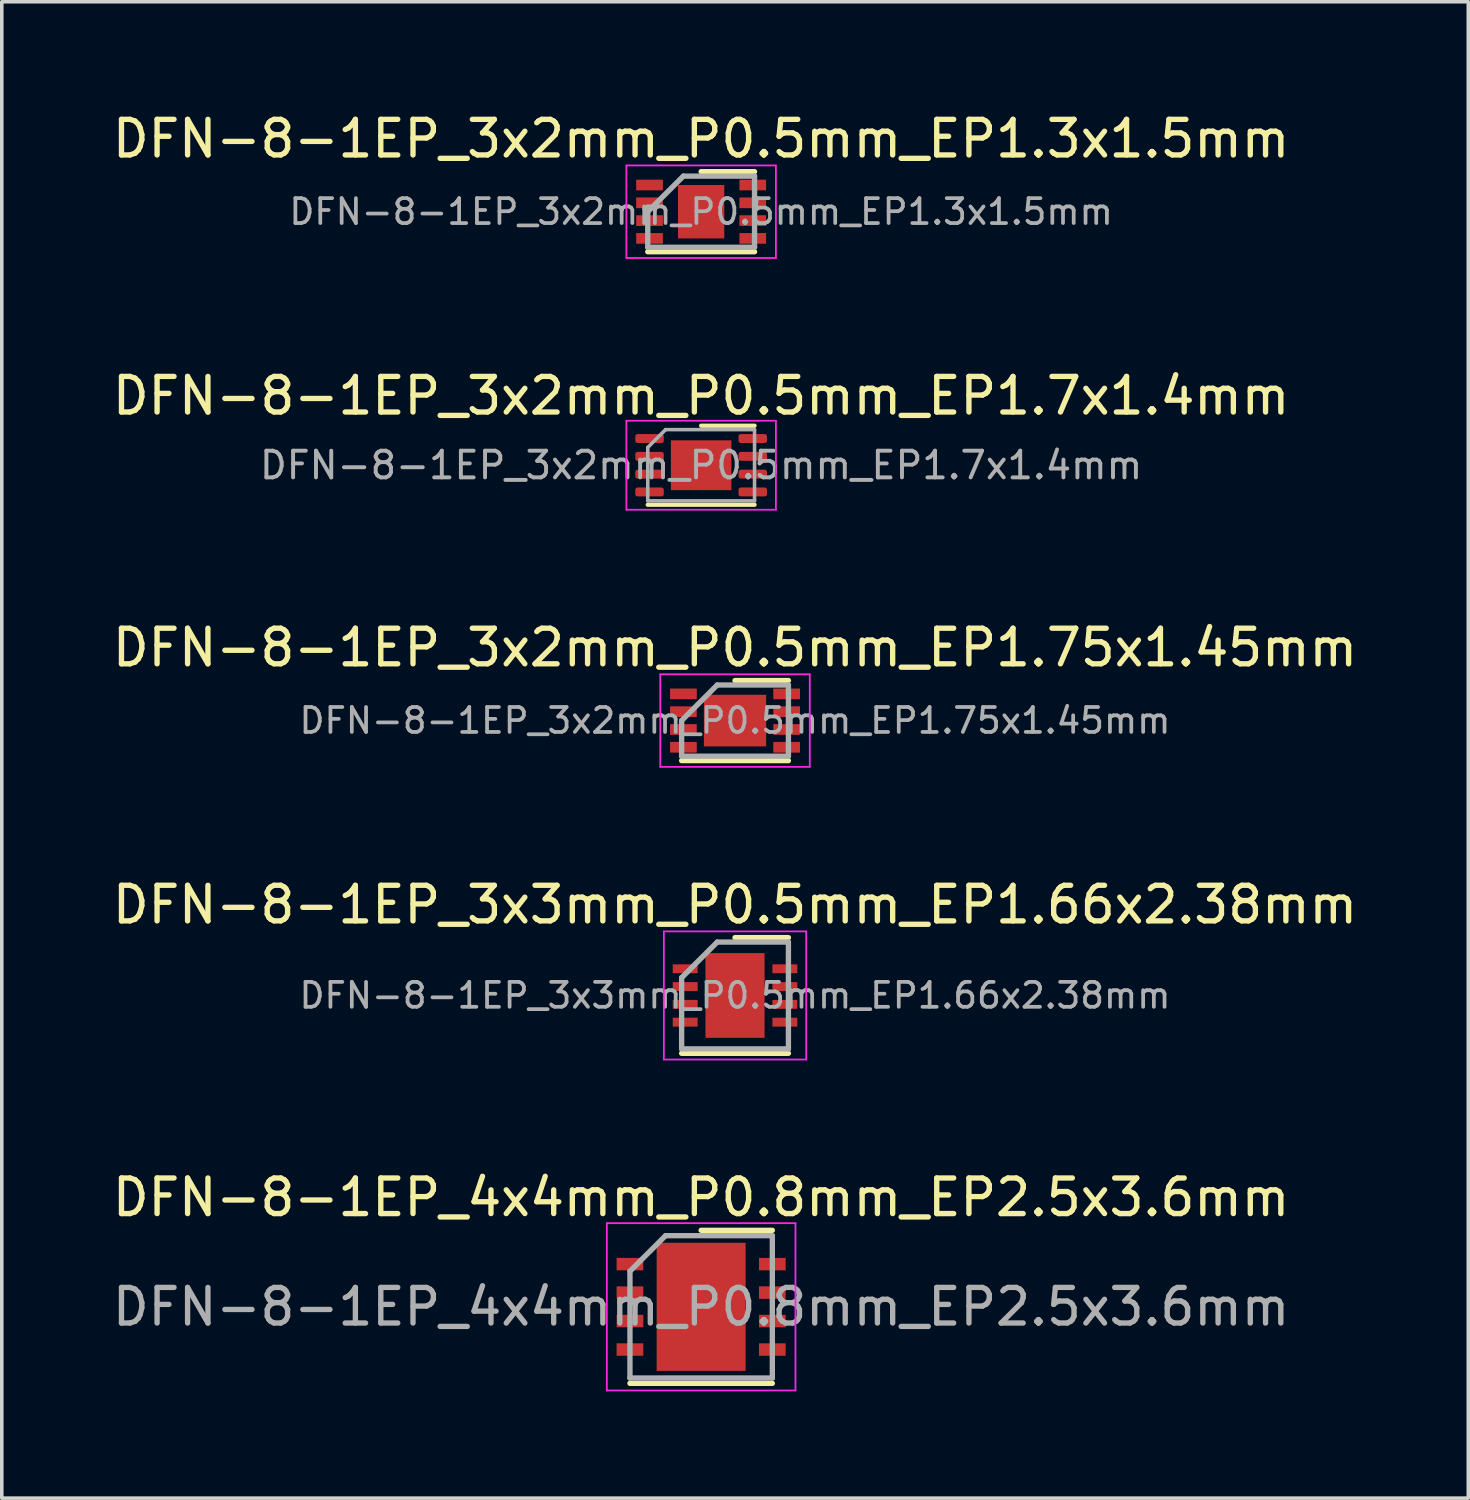
<source format=kicad_pcb>
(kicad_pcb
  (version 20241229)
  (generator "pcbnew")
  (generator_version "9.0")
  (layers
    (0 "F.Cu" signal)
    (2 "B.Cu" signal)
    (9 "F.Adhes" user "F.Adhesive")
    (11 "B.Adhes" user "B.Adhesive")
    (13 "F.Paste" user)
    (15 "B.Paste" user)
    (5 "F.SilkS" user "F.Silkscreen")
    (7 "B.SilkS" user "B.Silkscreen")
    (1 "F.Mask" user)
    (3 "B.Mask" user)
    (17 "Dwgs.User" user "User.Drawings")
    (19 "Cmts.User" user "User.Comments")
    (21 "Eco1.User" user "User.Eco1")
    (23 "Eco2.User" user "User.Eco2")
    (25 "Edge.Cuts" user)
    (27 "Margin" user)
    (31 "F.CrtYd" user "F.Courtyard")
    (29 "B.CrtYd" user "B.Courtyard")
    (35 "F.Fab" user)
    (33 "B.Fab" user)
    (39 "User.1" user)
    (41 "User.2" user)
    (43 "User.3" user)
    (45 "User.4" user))
  (footprint "DFN-8-1EP_4x4mm_P0.8mm_EP2.5x3.6mm"
    (layer "F.Cu")
    (at 16.649 33.666)
    (property "Reference" "DFN-8-1EP_4x4mm_P0.8mm_EP2.5x3.6mm" (at 0 -3.075 0) (layer "F.SilkS") (effects (font (size 1 1) (thickness 0.15))))
    (attr smd)
    (fp_line (start -2 2.15) (end 2 2.15) (stroke (width 0.15) (type solid)) (layer "F.SilkS"))
    (fp_line (start 0 -2.15) (end 2 -2.15) (stroke (width 0.15) (type solid)) (layer "F.SilkS"))
    (fp_line (start -2.65 -2.35) (end -2.65 2.35) (stroke (width 0.05) (type solid)) (layer "F.CrtYd"))
    (fp_line (start -2.65 -2.35) (end 2.65 -2.35) (stroke (width 0.05) (type solid)) (layer "F.CrtYd"))
    (fp_line (start -2.65 2.35) (end 2.65 2.35) (stroke (width 0.05) (type solid)) (layer "F.CrtYd"))
    (fp_line (start 2.65 -2.35) (end 2.65 2.35) (stroke (width 0.05) (type solid)) (layer "F.CrtYd"))
    (fp_line (start -2 -1) (end -1 -2) (stroke (width 0.15) (type solid)) (layer "F.Fab"))
    (fp_line (start -2 2) (end -2 -1) (stroke (width 0.15) (type solid)) (layer "F.Fab"))
    (fp_line (start -1 -2) (end 2 -2) (stroke (width 0.15) (type solid)) (layer "F.Fab"))
    (fp_line (start 2 -2) (end 2 2) (stroke (width 0.15) (type solid)) (layer "F.Fab"))
    (fp_line (start 2 2) (end -2 2) (stroke (width 0.15) (type solid)) (layer "F.Fab"))
    (fp_text user "${REFERENCE}" (at 0 0 0) (layer "F.Fab") (effects (font (size 1 1) (thickness 0.15))))
    (pad "" smd rect (at -0.625 -1.2) (size 1 1) (layers "F.Paste"))
    (pad "" smd rect (at -0.625 0) (size 1 1) (layers "F.Paste"))
    (pad "" smd rect (at -0.625 1.2) (size 1 1) (layers "F.Paste"))
    (pad "" smd rect (at 0.625 -1.2) (size 1 1) (layers "F.Paste"))
    (pad "" smd rect (at 0.625 0) (size 1 1) (layers "F.Paste"))
    (pad "" smd rect (at 0.625 1.2) (size 1 1) (layers "F.Paste"))
    (pad "1" smd rect (at -2 -1.2) (size 0.75 0.35) (layers "F.Cu" "F.Mask" "F.Paste"))
    (pad "2" smd rect (at -2 -0.4) (size 0.75 0.35) (layers "F.Cu" "F.Mask" "F.Paste"))
    (pad "3" smd rect (at -2 0.4) (size 0.75 0.35) (layers "F.Cu" "F.Mask" "F.Paste"))
    (pad "4" smd rect (at -2 1.2) (size 0.75 0.35) (layers "F.Cu" "F.Mask" "F.Paste"))
    (pad "5" smd rect (at 2 1.2) (size 0.75 0.35) (layers "F.Cu" "F.Mask" "F.Paste"))
    (pad "6" smd rect (at 2 0.4) (size 0.75 0.35) (layers "F.Cu" "F.Mask" "F.Paste"))
    (pad "7" smd rect (at 2 -0.4) (size 0.75 0.35) (layers "F.Cu" "F.Mask" "F.Paste"))
    (pad "8" smd rect (at 2 -1.2) (size 0.75 0.35) (layers "F.Cu" "F.Mask" "F.Paste"))
    (pad "9" smd rect (at 0 0) (size 2.5 3.6) (layers "F.Cu" "F.Mask")))
  (footprint "DFN-8-1EP_3x2mm_P0.5mm_EP1.75x1.45mm"
    (layer "F.Cu")
    (at 17.601 17.195)
    (property "Reference" "DFN-8-1EP_3x2mm_P0.5mm_EP1.75x1.45mm" (at 0 -2.05 0) (layer "F.SilkS") (effects (font (size 1 1) (thickness 0.15))))
    (attr smd)
    (fp_line (start -1.5 1.125) (end 1.5 1.125) (stroke (width 0.15) (type solid)) (layer "F.SilkS"))
    (fp_line (start 0 -1.125) (end 1.5 -1.125) (stroke (width 0.15) (type solid)) (layer "F.SilkS"))
    (fp_line (start -2.1 -1.3) (end -2.1 1.3) (stroke (width 0.05) (type solid)) (layer "F.CrtYd"))
    (fp_line (start -2.1 -1.3) (end 2.1 -1.3) (stroke (width 0.05) (type solid)) (layer "F.CrtYd"))
    (fp_line (start -2.1 1.3) (end 2.1 1.3) (stroke (width 0.05) (type solid)) (layer "F.CrtYd"))
    (fp_line (start 2.1 -1.3) (end 2.1 1.3) (stroke (width 0.05) (type solid)) (layer "F.CrtYd"))
    (fp_line (start -1.5 0) (end -0.5 -1) (stroke (width 0.15) (type solid)) (layer "F.Fab"))
    (fp_line (start -1.5 1) (end -1.5 0) (stroke (width 0.15) (type solid)) (layer "F.Fab"))
    (fp_line (start -0.5 -1) (end 1.5 -1) (stroke (width 0.15) (type solid)) (layer "F.Fab"))
    (fp_line (start 1.5 -1) (end 1.5 1) (stroke (width 0.15) (type solid)) (layer "F.Fab"))
    (fp_line (start 1.5 1) (end -1.5 1) (stroke (width 0.15) (type solid)) (layer "F.Fab"))
    (fp_text user "${REFERENCE}" (at 0 0 0) (layer "F.Fab") (effects (font (size 0.7 0.7) (thickness 0.105))))
    (pad "" smd rect (at -0.438 -0.362) (size 0.71 0.58) (layers "F.Paste"))
    (pad "" smd rect (at -0.438 0.362) (size 0.71 0.58) (layers "F.Paste"))
    (pad "" smd rect (at 0.438 -0.362) (size 0.71 0.58) (layers "F.Paste"))
    (pad "" smd rect (at 0.438 0.362) (size 0.71 0.58) (layers "F.Paste"))
    (pad "1" smd rect (at -1.45 -0.75) (size 0.75 0.3) (layers "F.Cu" "F.Mask" "F.Paste"))
    (pad "2" smd rect (at -1.45 -0.25) (size 0.75 0.3) (layers "F.Cu" "F.Mask" "F.Paste"))
    (pad "3" smd rect (at -1.45 0.25) (size 0.75 0.3) (layers "F.Cu" "F.Mask" "F.Paste"))
    (pad "4" smd rect (at -1.45 0.75) (size 0.75 0.3) (layers "F.Cu" "F.Mask" "F.Paste"))
    (pad "5" smd rect (at 1.45 0.75) (size 0.75 0.3) (layers "F.Cu" "F.Mask" "F.Paste"))
    (pad "6" smd rect (at 1.45 0.25) (size 0.75 0.3) (layers "F.Cu" "F.Mask" "F.Paste"))
    (pad "7" smd rect (at 1.45 -0.25) (size 0.75 0.3) (layers "F.Cu" "F.Mask" "F.Paste"))
    (pad "8" smd rect (at 1.45 -0.75) (size 0.75 0.3) (layers "F.Cu" "F.Mask" "F.Paste"))
    (pad "9" smd rect (at 0 0) (size 1.75 1.45) (layers "F.Cu" "F.Mask")))
  (footprint "DFN-8-1EP_3x2mm_P0.5mm_EP1.3x1.5mm"
    (layer "F.Cu")
    (at 16.649 2.898)
    (property "Reference" "DFN-8-1EP_3x2mm_P0.5mm_EP1.3x1.5mm" (at 0 -2.05 0) (layer "F.SilkS") (effects (font (size 1 1) (thickness 0.15))))
    (attr smd)
    (fp_line (start -1.5 1.125) (end 1.5 1.125) (stroke (width 0.15) (type solid)) (layer "F.SilkS"))
    (fp_line (start 0 -1.125) (end 1.5 -1.125) (stroke (width 0.15) (type solid)) (layer "F.SilkS"))
    (fp_line (start -2.1 -1.3) (end -2.1 1.3) (stroke (width 0.05) (type solid)) (layer "F.CrtYd"))
    (fp_line (start -2.1 -1.3) (end 2.1 -1.3) (stroke (width 0.05) (type solid)) (layer "F.CrtYd"))
    (fp_line (start -2.1 1.3) (end 2.1 1.3) (stroke (width 0.05) (type solid)) (layer "F.CrtYd"))
    (fp_line (start 2.1 -1.3) (end 2.1 1.3) (stroke (width 0.05) (type solid)) (layer "F.CrtYd"))
    (fp_line (start -1.5 0) (end -0.5 -1) (stroke (width 0.15) (type solid)) (layer "F.Fab"))
    (fp_line (start -1.5 1) (end -1.5 0) (stroke (width 0.15) (type solid)) (layer "F.Fab"))
    (fp_line (start -0.5 -1) (end 1.5 -1) (stroke (width 0.15) (type solid)) (layer "F.Fab"))
    (fp_line (start 1.5 -1) (end 1.5 1) (stroke (width 0.15) (type solid)) (layer "F.Fab"))
    (fp_line (start 1.5 1) (end -1.5 1) (stroke (width 0.15) (type solid)) (layer "F.Fab"))
    (fp_text user "${REFERENCE}" (at 0 0 0) (layer "F.Fab") (effects (font (size 0.7 0.7) (thickness 0.105))))
    (pad "" smd rect (at -0.325 -0.375) (size 0.5 0.6) (layers "F.Paste"))
    (pad "" smd rect (at -0.325 0.375) (size 0.5 0.6) (layers "F.Paste"))
    (pad "" smd rect (at 0.325 -0.375) (size 0.5 0.6) (layers "F.Paste"))
    (pad "" smd rect (at 0.325 0.375) (size 0.5 0.6) (layers "F.Paste"))
    (pad "1" smd rect (at -1.45 -0.75) (size 0.75 0.3) (layers "F.Cu" "F.Mask" "F.Paste"))
    (pad "2" smd rect (at -1.45 -0.25) (size 0.75 0.3) (layers "F.Cu" "F.Mask" "F.Paste"))
    (pad "3" smd rect (at -1.45 0.25) (size 0.75 0.3) (layers "F.Cu" "F.Mask" "F.Paste"))
    (pad "4" smd rect (at -1.45 0.75) (size 0.75 0.3) (layers "F.Cu" "F.Mask" "F.Paste"))
    (pad "5" smd rect (at 1.45 0.75) (size 0.75 0.3) (layers "F.Cu" "F.Mask" "F.Paste"))
    (pad "6" smd rect (at 1.45 0.25) (size 0.75 0.3) (layers "F.Cu" "F.Mask" "F.Paste"))
    (pad "7" smd rect (at 1.45 -0.25) (size 0.75 0.3) (layers "F.Cu" "F.Mask" "F.Paste"))
    (pad "8" smd rect (at 1.45 -0.75) (size 0.75 0.3) (layers "F.Cu" "F.Mask" "F.Paste"))
    (pad "9" smd rect (at 0 0) (size 1.3 1.5) (layers "F.Cu" "F.Mask")))
  (footprint "DFN-8-1EP_3x2mm_P0.5mm_EP1.7x1.4mm"
    (layer "F.Cu")
    (at 16.649 10.021)
    (property "Reference" "DFN-8-1EP_3x2mm_P0.5mm_EP1.7x1.4mm" (at 0 -1.95 0) (layer "F.SilkS") (effects (font (size 1 1) (thickness 0.15))))
    (attr smd)
    (fp_line (start -1.5 1.11) (end 1.5 1.11) (stroke (width 0.12) (type solid)) (layer "F.SilkS"))
    (fp_line (start 0 -1.11) (end 1.5 -1.11) (stroke (width 0.12) (type solid)) (layer "F.SilkS"))
    (fp_line (start -2.1 -1.25) (end -2.1 1.25) (stroke (width 0.05) (type solid)) (layer "F.CrtYd"))
    (fp_line (start -2.1 1.25) (end 2.1 1.25) (stroke (width 0.05) (type solid)) (layer "F.CrtYd"))
    (fp_line (start 2.1 -1.25) (end -2.1 -1.25) (stroke (width 0.05) (type solid)) (layer "F.CrtYd"))
    (fp_line (start 2.1 1.25) (end 2.1 -1.25) (stroke (width 0.05) (type solid)) (layer "F.CrtYd"))
    (fp_line (start -1.5 -0.5) (end -1 -1) (stroke (width 0.1) (type solid)) (layer "F.Fab"))
    (fp_line (start -1.5 1) (end -1.5 -0.5) (stroke (width 0.1) (type solid)) (layer "F.Fab"))
    (fp_line (start -1 -1) (end 1.5 -1) (stroke (width 0.1) (type solid)) (layer "F.Fab"))
    (fp_line (start 1.5 -1) (end 1.5 1) (stroke (width 0.1) (type solid)) (layer "F.Fab"))
    (fp_line (start 1.5 1) (end -1.5 1) (stroke (width 0.1) (type solid)) (layer "F.Fab"))
    (fp_text user "${REFERENCE}" (at 0 0 0) (layer "F.Fab") (effects (font (size 0.75 0.75) (thickness 0.11))))
    (pad "" smd roundrect (at -0.425 -0.35) (size 0.69 0.56) (layers "F.Paste") (roundrect_rratio 0.25))
    (pad "" smd roundrect (at -0.425 0.35) (size 0.69 0.56) (layers "F.Paste") (roundrect_rratio 0.25))
    (pad "" smd roundrect (at 0.425 -0.35) (size 0.69 0.56) (layers "F.Paste") (roundrect_rratio 0.25))
    (pad "" smd roundrect (at 0.425 0.35) (size 0.69 0.56) (layers "F.Paste") (roundrect_rratio 0.25))
    (pad "1" smd roundrect (at -1.45 -0.75) (size 0.8 0.25) (layers "F.Cu" "F.Mask" "F.Paste") (roundrect_rratio 0.25))
    (pad "2" smd roundrect (at -1.45 -0.25) (size 0.8 0.25) (layers "F.Cu" "F.Mask" "F.Paste") (roundrect_rratio 0.25))
    (pad "3" smd roundrect (at -1.45 0.25) (size 0.8 0.25) (layers "F.Cu" "F.Mask" "F.Paste") (roundrect_rratio 0.25))
    (pad "4" smd roundrect (at -1.45 0.75) (size 0.8 0.25) (layers "F.Cu" "F.Mask" "F.Paste") (roundrect_rratio 0.25))
    (pad "5" smd roundrect (at 1.45 0.75) (size 0.8 0.25) (layers "F.Cu" "F.Mask" "F.Paste") (roundrect_rratio 0.25))
    (pad "6" smd roundrect (at 1.45 0.25) (size 0.8 0.25) (layers "F.Cu" "F.Mask" "F.Paste") (roundrect_rratio 0.25))
    (pad "7" smd roundrect (at 1.45 -0.25) (size 0.8 0.25) (layers "F.Cu" "F.Mask" "F.Paste") (roundrect_rratio 0.25))
    (pad "8" smd roundrect (at 1.45 -0.75) (size 0.8 0.25) (layers "F.Cu" "F.Mask" "F.Paste") (roundrect_rratio 0.25))
    (pad "9" smd rect (at 0 0) (size 1.7 1.4) (layers "F.Cu" "F.Mask")))
  (footprint "DFN-8-1EP_3x3mm_P0.5mm_EP1.66x2.38mm"
    (layer "F.Cu")
    (at 17.601 24.918)
    (property "Reference" "DFN-8-1EP_3x3mm_P0.5mm_EP1.66x2.38mm" (at 0 -2.55 0) (layer "F.SilkS") (effects (font (size 1 1) (thickness 0.15))))
    (attr smd)
    (fp_line (start -1.5 1.625) (end 1.5 1.625) (stroke (width 0.15) (type solid)) (layer "F.SilkS"))
    (fp_line (start 0 -1.625) (end 1.5 -1.625) (stroke (width 0.15) (type solid)) (layer "F.SilkS"))
    (fp_line (start -2 -1.8) (end -2 1.8) (stroke (width 0.05) (type solid)) (layer "F.CrtYd"))
    (fp_line (start -2 -1.8) (end 2 -1.8) (stroke (width 0.05) (type solid)) (layer "F.CrtYd"))
    (fp_line (start -2 1.8) (end 2 1.8) (stroke (width 0.05) (type solid)) (layer "F.CrtYd"))
    (fp_line (start 2 -1.8) (end 2 1.8) (stroke (width 0.05) (type solid)) (layer "F.CrtYd"))
    (fp_line (start -1.5 -0.5) (end -0.5 -1.5) (stroke (width 0.15) (type solid)) (layer "F.Fab"))
    (fp_line (start -1.5 1.5) (end -1.5 -0.5) (stroke (width 0.15) (type solid)) (layer "F.Fab"))
    (fp_line (start -0.5 -1.5) (end 1.5 -1.5) (stroke (width 0.15) (type solid)) (layer "F.Fab"))
    (fp_line (start 1.5 -1.5) (end 1.5 1.5) (stroke (width 0.15) (type solid)) (layer "F.Fab"))
    (fp_line (start 1.5 1.5) (end -1.5 1.5) (stroke (width 0.15) (type solid)) (layer "F.Fab"))
    (fp_text user "${REFERENCE}" (at 0 0 0) (layer "F.Fab") (effects (font (size 0.7 0.7) (thickness 0.105))))
    (pad "" smd rect (at -0.415 -0.595) (size 0.64 1) (layers "F.Paste"))
    (pad "" smd rect (at -0.415 0.595) (size 0.64 1) (layers "F.Paste"))
    (pad "" smd rect (at 0.415 -0.595) (size 0.64 1) (layers "F.Paste"))
    (pad "" smd rect (at 0.415 0.595) (size 0.64 1) (layers "F.Paste"))
    (pad "1" smd rect (at -1.4 -0.75) (size 0.7 0.25) (layers "F.Cu" "F.Mask" "F.Paste"))
    (pad "2" smd rect (at -1.4 -0.25) (size 0.7 0.25) (layers "F.Cu" "F.Mask" "F.Paste"))
    (pad "3" smd rect (at -1.4 0.25) (size 0.7 0.25) (layers "F.Cu" "F.Mask" "F.Paste"))
    (pad "4" smd rect (at -1.4 0.75) (size 0.7 0.25) (layers "F.Cu" "F.Mask" "F.Paste"))
    (pad "5" smd rect (at 1.4 0.75) (size 0.7 0.25) (layers "F.Cu" "F.Mask" "F.Paste"))
    (pad "6" smd rect (at 1.4 0.25) (size 0.7 0.25) (layers "F.Cu" "F.Mask" "F.Paste"))
    (pad "7" smd rect (at 1.4 -0.25) (size 0.7 0.25) (layers "F.Cu" "F.Mask" "F.Paste"))
    (pad "8" smd rect (at 1.4 -0.75) (size 0.7 0.25) (layers "F.Cu" "F.Mask" "F.Paste"))
    (pad "9" smd rect (at 0 0) (size 1.66 2.38) (layers "F.Cu" "F.Mask")))
  (gr_rect
    (start -3 -3)
    (end 38.202 39.041)
    (stroke (width 0.1) (type default))
    (fill no)
    (layer "Edge.Cuts")))
</source>
